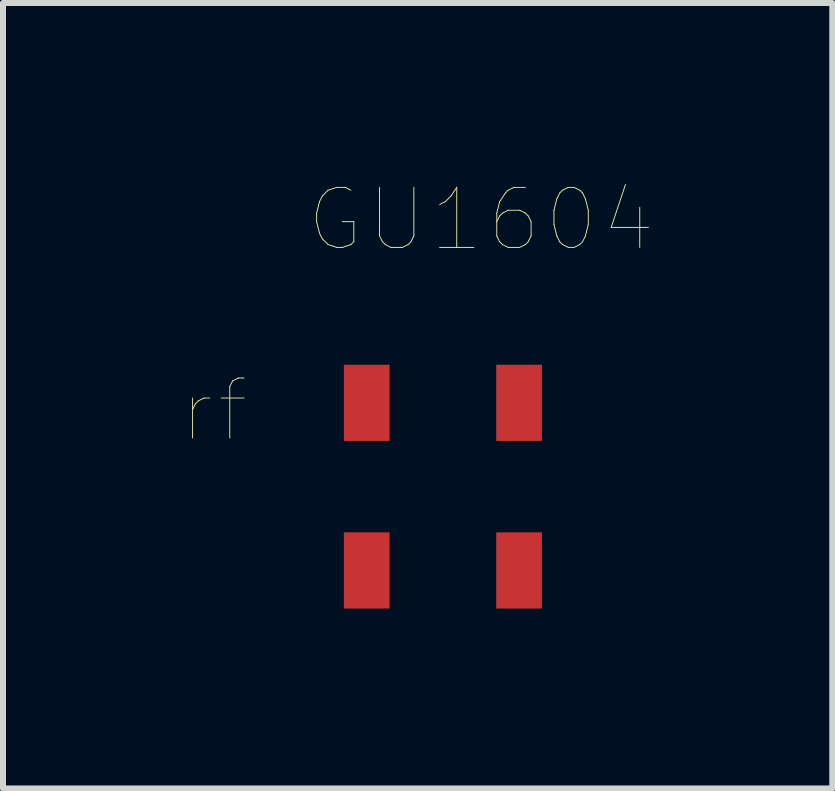
<source format=kicad_pcb>
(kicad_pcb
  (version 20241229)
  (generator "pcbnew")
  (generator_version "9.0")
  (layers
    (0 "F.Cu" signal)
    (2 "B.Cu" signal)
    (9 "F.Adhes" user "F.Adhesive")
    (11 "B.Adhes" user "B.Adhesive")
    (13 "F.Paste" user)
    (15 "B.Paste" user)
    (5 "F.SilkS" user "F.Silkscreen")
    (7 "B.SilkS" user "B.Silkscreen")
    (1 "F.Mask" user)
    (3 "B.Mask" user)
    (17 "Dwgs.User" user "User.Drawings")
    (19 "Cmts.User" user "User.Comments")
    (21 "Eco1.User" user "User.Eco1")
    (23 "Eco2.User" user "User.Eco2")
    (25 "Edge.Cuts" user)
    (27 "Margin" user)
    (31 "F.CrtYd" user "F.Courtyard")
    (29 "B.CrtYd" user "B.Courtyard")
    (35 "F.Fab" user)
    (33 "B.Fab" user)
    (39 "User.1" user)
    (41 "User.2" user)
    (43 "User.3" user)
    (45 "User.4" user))
  (footprint "GU1604"
    (layer "F.Cu")
    (at 4.333 5.062)
    (property "Reference" "GU1604" (at 0.636 -4.45 0) (layer "F.SilkS") (effects (font (size 1.001 1.001) (thickness 0.015))))
    (attr through_hole)
    (fp_text user "rf" (at -3.815 -1.272 0) (layer "F.SilkS") (effects (font (size 1.001 1.001) (thickness 0.015))))
    (pad "1" smd rect (at 1.27 -1.397) (size 0.762 1.27) (layers "F.Cu" "F.Mask" "F.Paste"))
    (pad "2" smd rect (at -1.27 1.397) (size 0.762 1.27) (layers "F.Cu" "F.Mask" "F.Paste"))
    (pad "3" smd rect (at -1.27 -1.397) (size 0.762 1.27) (layers "F.Cu" "F.Mask" "F.Paste"))
    (pad "4" smd rect (at 1.27 1.397) (size 0.762 1.27) (layers "F.Cu" "F.Mask" "F.Paste")))
  (gr_rect
    (start -3 -3)
    (end 10.824 10.094)
    (stroke (width 0.1) (type default))
    (fill no)
    (layer "Edge.Cuts")))
</source>
